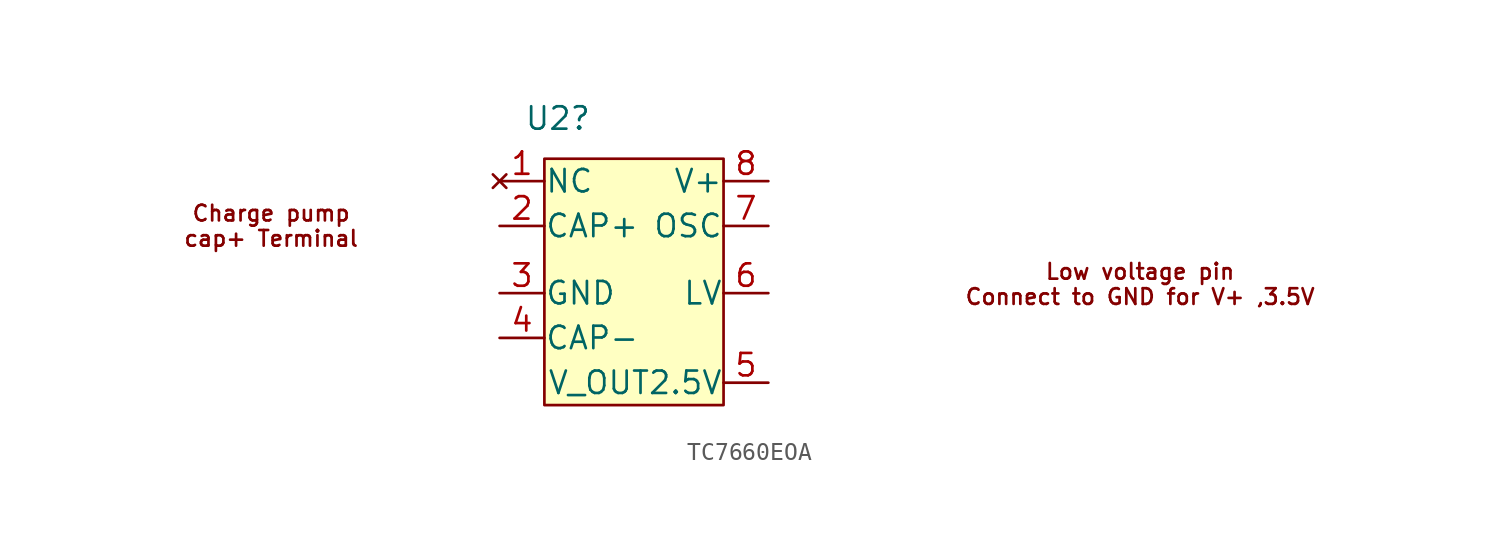
<source format=kicad_sym>
(kicad_symbol_lib
  (version 20231120)
  (generator "kicad_symbol_editor")
  (generator_version "8.0")
  (symbol "TC7660EOA"
    (pin_names
      (offset 0.013))
    (property "Reference" "U2"
      (at -4.318 9.906 0)
      (effects (font (size 1.27 1.27))))
    (property "Value" ""
      (at -3.81 8.89 0)
      (effects (font (size 1.27 1.27))))
    (symbol "TC7660EOA_1_1"
      (rectangle (start -5.08 7.62) (end 5.08 -6.35) (stroke (width 0) (type default)) (fill (type background)))
      (text "Charge pump\ncap+ Terminal" (at -20.574 3.81 0) (effects (font (size 0.889 0.889))))
      (text "Low voltage pin\nConnect to GND for V+ ,3.5V" (at 28.702 0.508 0) (effects (font (size 0.889 0.889))))
      (pin no_connect line (at -7.62 6.35 0) (length 2.54) (name "NC" (effects (font (size 1.27 1.27)))) (number "1" (effects (font (size 1.27 1.27)))))
      (pin passive line (at -7.62 3.81 0) (length 2.54) (name "CAP+" (effects (font (size 1.27 1.27)))) (number "2" (effects (font (size 1.27 1.27)))))
      (pin power_in line (at -7.62 0 0) (length 2.54) (name "GND" (effects (font (size 1.27 1.27)))) (number "3" (effects (font (size 1.27 1.27)))))
      (pin passive line (at -7.62 -2.54 0) (length 2.54) (name "CAP-" (effects (font (size 1.27 1.27)))) (number "4" (effects (font (size 1.27 1.27)))))
      (pin power_out line (at 7.62 -5.08 180) (length 2.54) (name "V_OUT2.5V" (effects (font (size 1.27 1.27)))) (number "5" (effects (font (size 1.27 1.27)))))
      (pin power_in line (at 7.62 0 180) (length 2.54) (name "LV" (effects (font (size 1.27 1.27)))) (number "6" (effects (font (size 1.27 1.27)))))
      (pin input line (at 7.62 3.81 180) (length 2.54) (name "OSC" (effects (font (size 1.27 1.27)))) (number "7" (effects (font (size 1.27 1.27)))))
      (pin power_in line (at 7.62 6.35 180) (length 2.54) (name "V+" (effects (font (size 1.27 1.27)))) (number "8" (effects (font (size 1.27 1.27))))))))
</source>
